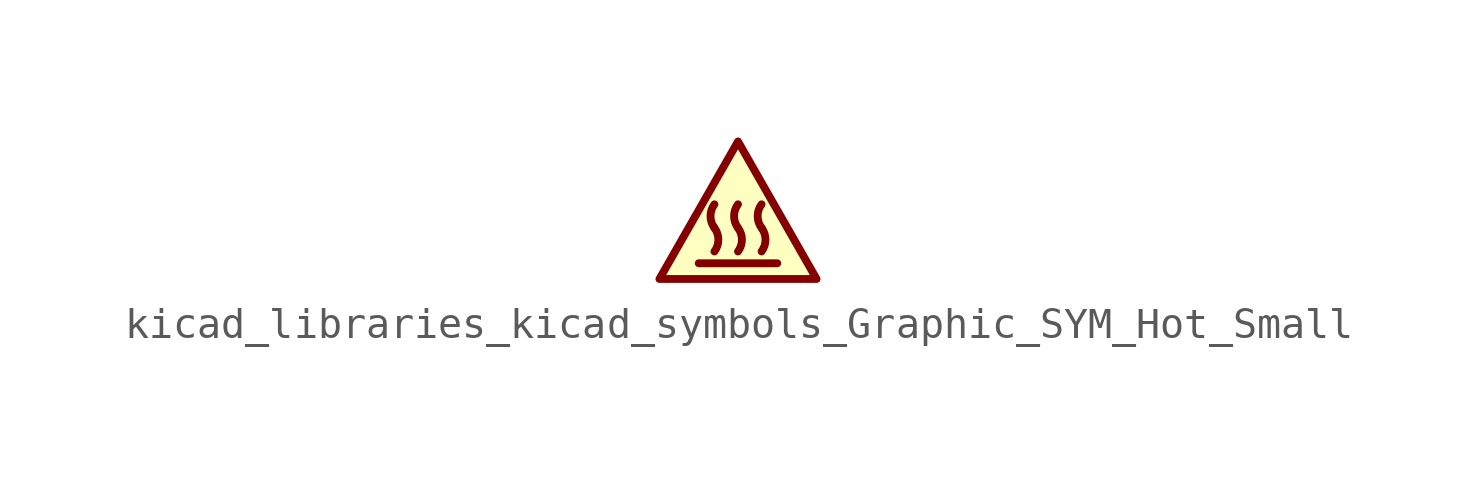
<source format=kicad_sym>
(kicad_symbol_lib
  (version 20220914)
  (generator kicad_symbol_editor)
  (symbol "kicad_libraries_kicad_symbols_Graphic_SYM_Hot_Small"
    (property "Reference" "#SYM"
      (at 0 3.556 0)
      (effects (font (size 1.27 1.27)) hide))
    (symbol "kicad_libraries_kicad_symbols_Graphic_SYM_Hot_Small_0_1"
      (arc (start -0.762 -1.016) (mid -0.635 -0.635) (end -0.762 -0.254) (stroke (width 0.254) (type default)) (fill (type none)))
      (arc (start -0.762 0.508) (mid -0.889 0.127) (end -0.762 -0.254) (stroke (width 0.254) (type default)) (fill (type none)))
      (arc (start 0 -1.016) (mid 0.127 -0.635) (end 0 -0.254) (stroke (width 0.254) (type default)) (fill (type none)))
      (polyline (pts (xy 1.27 -1.397) (xy -1.27 -1.397)) (stroke (width 0.254) (type default)) (fill (type none)))
      (polyline (pts (xy -2.54 -1.905) (xy 2.54 -1.905) (xy 0 2.54) (xy -2.54 -1.905)) (stroke (width 0.254) (type default)) (fill (type background)))
      (arc (start 0 0.508) (mid -0.127 0.127) (end 0 -0.254) (stroke (width 0.254) (type default)) (fill (type none)))
      (arc (start 0.762 -1.016) (mid 0.889 -0.635) (end 0.762 -0.254) (stroke (width 0.254) (type default)) (fill (type none)))
      (arc (start 0.762 0.508) (mid 0.635 0.127) (end 0.762 -0.254) (stroke (width 0.254) (type default)) (fill (type none))))))
</source>
